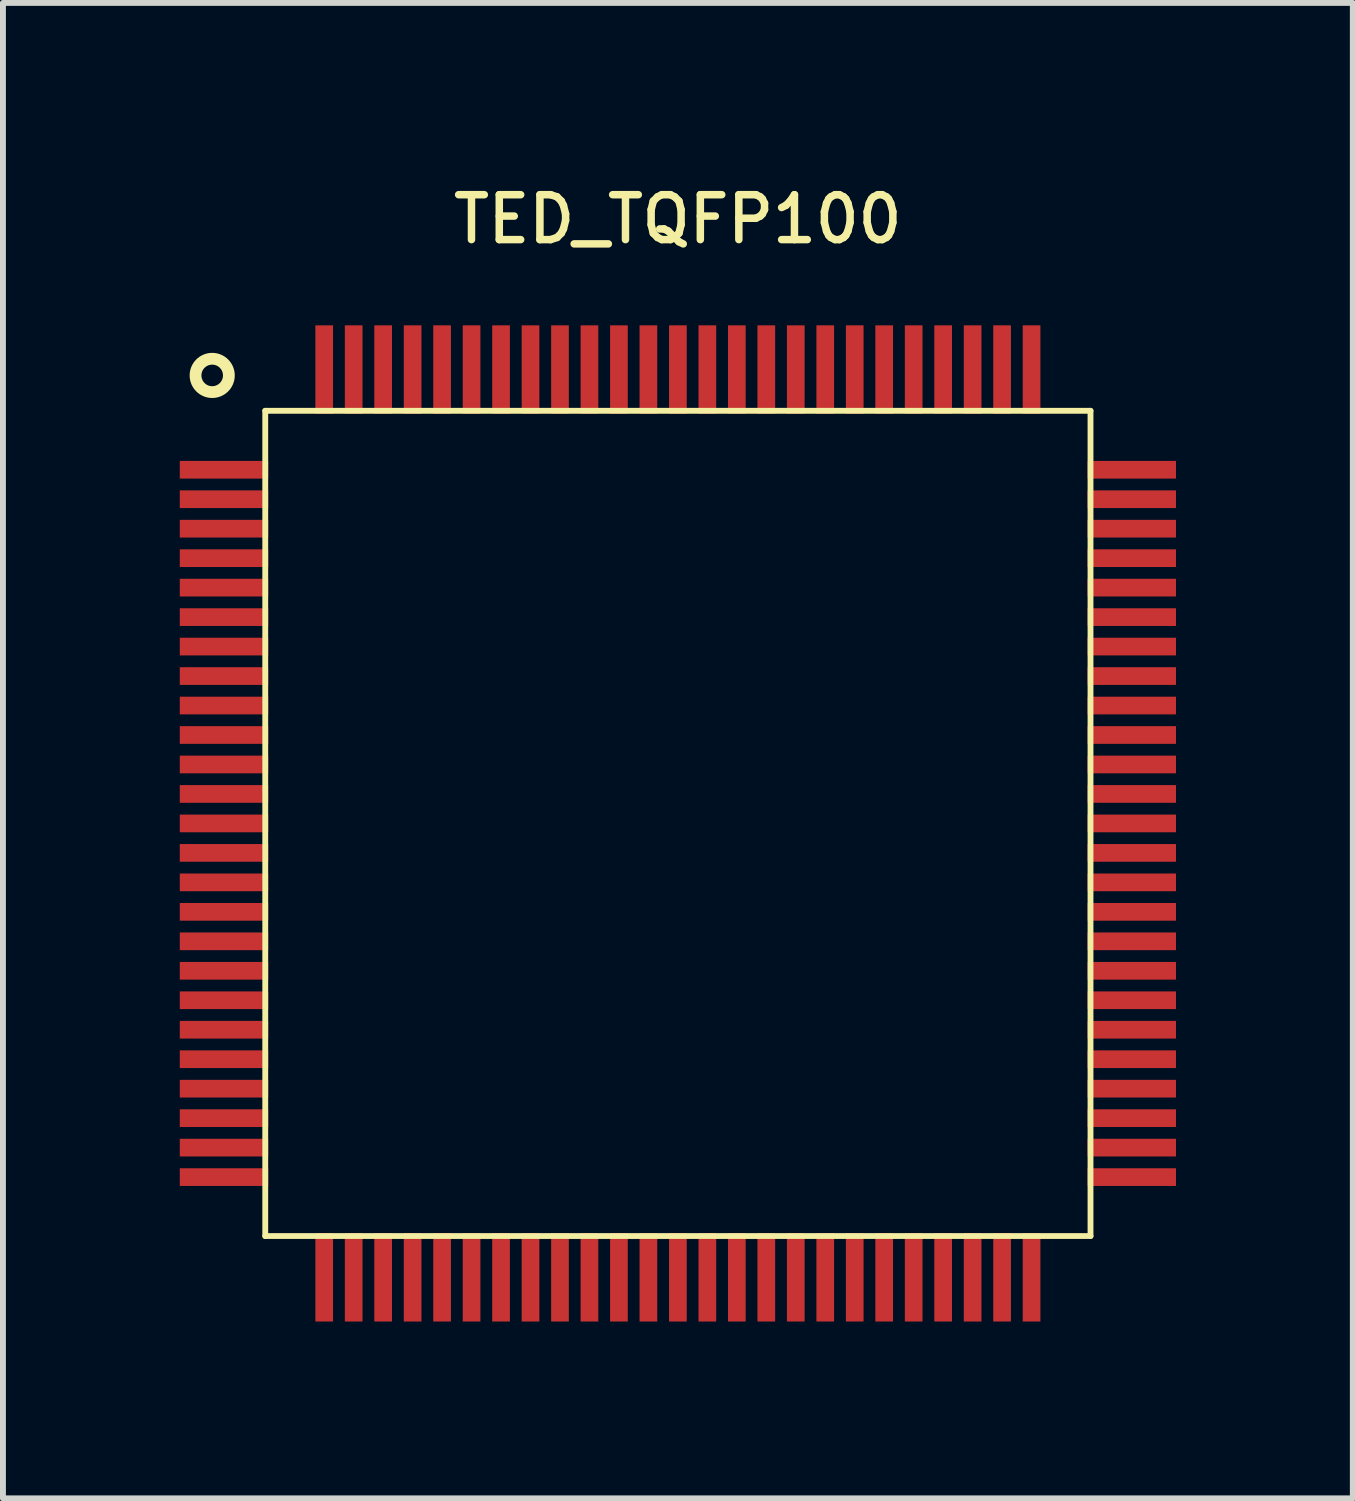
<source format=kicad_pcb>
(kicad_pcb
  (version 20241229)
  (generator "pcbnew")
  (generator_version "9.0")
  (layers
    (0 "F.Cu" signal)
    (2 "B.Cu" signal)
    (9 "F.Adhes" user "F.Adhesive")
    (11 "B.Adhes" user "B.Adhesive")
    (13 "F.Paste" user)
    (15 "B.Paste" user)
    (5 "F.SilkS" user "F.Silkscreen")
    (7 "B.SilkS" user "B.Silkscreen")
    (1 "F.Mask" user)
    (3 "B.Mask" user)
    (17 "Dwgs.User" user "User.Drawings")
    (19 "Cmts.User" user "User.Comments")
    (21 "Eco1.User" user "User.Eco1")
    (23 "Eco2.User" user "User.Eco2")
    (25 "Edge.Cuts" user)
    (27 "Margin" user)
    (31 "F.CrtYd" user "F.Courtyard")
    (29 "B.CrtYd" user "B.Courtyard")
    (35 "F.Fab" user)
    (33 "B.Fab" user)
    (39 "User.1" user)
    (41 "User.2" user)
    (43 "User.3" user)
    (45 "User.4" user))
  (footprint "TED_TQFP100"
    (layer "F.Cu")
    (at 8.45 10.919)
    (property "Reference" "TED_TQFP100" (at 0 -10.25 0) (layer "F.SilkS") (effects (font (size 0.762 0.762) (thickness 0.127))))
    (attr smd)
    (fp_line (start -7 -7) (end 7 -7) (stroke (width 0.099) (type solid)) (layer "F.SilkS"))
    (fp_line (start -7 7) (end -7 -7) (stroke (width 0.099) (type solid)) (layer "F.SilkS"))
    (fp_line (start 7 -7) (end 7 7) (stroke (width 0.099) (type solid)) (layer "F.SilkS"))
    (fp_line (start 7 7) (end -7 7) (stroke (width 0.099) (type solid)) (layer "F.SilkS"))
    (fp_circle (center -7.9 -7.6) (end -7.7 -7.4) (stroke (width 0.2) (type solid)) (fill no) (layer "F.SilkS"))
    (pad "1" smd rect (at -7.7 -6) (size 1.5 0.3) (layers "F.Cu" "F.Mask" "F.Paste"))
    (pad "2" smd rect (at -7.7 -5.5) (size 1.5 0.3) (layers "F.Cu" "F.Mask" "F.Paste"))
    (pad "3" smd rect (at -7.7 -5) (size 1.5 0.3) (layers "F.Cu" "F.Mask" "F.Paste"))
    (pad "4" smd rect (at -7.7 -4.5) (size 1.5 0.3) (layers "F.Cu" "F.Mask" "F.Paste"))
    (pad "5" smd rect (at -7.7 -4) (size 1.5 0.3) (layers "F.Cu" "F.Mask" "F.Paste"))
    (pad "6" smd rect (at -7.7 -3.5) (size 1.5 0.3) (layers "F.Cu" "F.Mask" "F.Paste"))
    (pad "7" smd rect (at -7.7 -3) (size 1.5 0.3) (layers "F.Cu" "F.Mask" "F.Paste"))
    (pad "8" smd rect (at -7.7 -2.5) (size 1.5 0.3) (layers "F.Cu" "F.Mask" "F.Paste"))
    (pad "9" smd rect (at -7.7 -2) (size 1.5 0.3) (layers "F.Cu" "F.Mask" "F.Paste"))
    (pad "10" smd rect (at -7.7 -1.5) (size 1.5 0.3) (layers "F.Cu" "F.Mask" "F.Paste"))
    (pad "11" smd rect (at -7.7 -1) (size 1.5 0.3) (layers "F.Cu" "F.Mask" "F.Paste"))
    (pad "12" smd rect (at -7.7 -0.5) (size 1.5 0.3) (layers "F.Cu" "F.Mask" "F.Paste"))
    (pad "13" smd rect (at -7.7 0) (size 1.5 0.3) (layers "F.Cu" "F.Mask" "F.Paste"))
    (pad "14" smd rect (at -7.7 0.5) (size 1.5 0.3) (layers "F.Cu" "F.Mask" "F.Paste"))
    (pad "15" smd rect (at -7.7 1) (size 1.5 0.3) (layers "F.Cu" "F.Mask" "F.Paste"))
    (pad "16" smd rect (at -7.7 1.5) (size 1.5 0.3) (layers "F.Cu" "F.Mask" "F.Paste"))
    (pad "17" smd rect (at -7.7 2) (size 1.5 0.3) (layers "F.Cu" "F.Mask" "F.Paste"))
    (pad "18" smd rect (at -7.7 2.5) (size 1.5 0.3) (layers "F.Cu" "F.Mask" "F.Paste"))
    (pad "19" smd rect (at -7.7 3) (size 1.5 0.3) (layers "F.Cu" "F.Mask" "F.Paste"))
    (pad "20" smd rect (at -7.7 3.5) (size 1.5 0.3) (layers "F.Cu" "F.Mask" "F.Paste"))
    (pad "21" smd rect (at -7.7 4) (size 1.5 0.3) (layers "F.Cu" "F.Mask" "F.Paste"))
    (pad "22" smd rect (at -7.7 4.5) (size 1.5 0.3) (layers "F.Cu" "F.Mask" "F.Paste"))
    (pad "23" smd rect (at -7.7 5) (size 1.5 0.3) (layers "F.Cu" "F.Mask" "F.Paste"))
    (pad "24" smd rect (at -7.7 5.5) (size 1.5 0.3) (layers "F.Cu" "F.Mask" "F.Paste"))
    (pad "25" smd rect (at -7.7 6) (size 1.5 0.3) (layers "F.Cu" "F.Mask" "F.Paste"))
    (pad "26" smd rect (at -6 7.7) (size 0.3 1.5) (layers "F.Cu" "F.Mask" "F.Paste"))
    (pad "27" smd rect (at -5.5 7.7) (size 0.3 1.5) (layers "F.Cu" "F.Mask" "F.Paste"))
    (pad "28" smd rect (at -5 7.7) (size 0.3 1.5) (layers "F.Cu" "F.Mask" "F.Paste"))
    (pad "29" smd rect (at -4.5 7.7) (size 0.3 1.5) (layers "F.Cu" "F.Mask" "F.Paste"))
    (pad "30" smd rect (at -4 7.7) (size 0.3 1.5) (layers "F.Cu" "F.Mask" "F.Paste"))
    (pad "31" smd rect (at -3.5 7.7) (size 0.3 1.5) (layers "F.Cu" "F.Mask" "F.Paste"))
    (pad "32" smd rect (at -3 7.7) (size 0.3 1.5) (layers "F.Cu" "F.Mask" "F.Paste"))
    (pad "33" smd rect (at -2.5 7.7) (size 0.3 1.5) (layers "F.Cu" "F.Mask" "F.Paste"))
    (pad "34" smd rect (at -2 7.7) (size 0.3 1.5) (layers "F.Cu" "F.Mask" "F.Paste"))
    (pad "35" smd rect (at -1.5 7.7) (size 0.3 1.5) (layers "F.Cu" "F.Mask" "F.Paste"))
    (pad "36" smd rect (at -1 7.7) (size 0.3 1.5) (layers "F.Cu" "F.Mask" "F.Paste"))
    (pad "37" smd rect (at -0.5 7.7) (size 0.3 1.5) (layers "F.Cu" "F.Mask" "F.Paste"))
    (pad "38" smd rect (at 0 7.7) (size 0.3 1.5) (layers "F.Cu" "F.Mask" "F.Paste"))
    (pad "39" smd rect (at 0.5 7.7) (size 0.3 1.5) (layers "F.Cu" "F.Mask" "F.Paste"))
    (pad "40" smd rect (at 1 7.7) (size 0.3 1.5) (layers "F.Cu" "F.Mask" "F.Paste"))
    (pad "41" smd rect (at 1.5 7.7) (size 0.3 1.5) (layers "F.Cu" "F.Mask" "F.Paste"))
    (pad "42" smd rect (at 2 7.7) (size 0.3 1.5) (layers "F.Cu" "F.Mask" "F.Paste"))
    (pad "43" smd rect (at 2.5 7.7) (size 0.3 1.5) (layers "F.Cu" "F.Mask" "F.Paste"))
    (pad "44" smd rect (at 3 7.7) (size 0.3 1.5) (layers "F.Cu" "F.Mask" "F.Paste"))
    (pad "45" smd rect (at 3.5 7.7) (size 0.3 1.5) (layers "F.Cu" "F.Mask" "F.Paste"))
    (pad "46" smd rect (at 4 7.7) (size 0.3 1.5) (layers "F.Cu" "F.Mask" "F.Paste"))
    (pad "47" smd rect (at 4.5 7.7) (size 0.3 1.5) (layers "F.Cu" "F.Mask" "F.Paste"))
    (pad "48" smd rect (at 5 7.7) (size 0.3 1.5) (layers "F.Cu" "F.Mask" "F.Paste"))
    (pad "49" smd rect (at 5.5 7.7) (size 0.3 1.5) (layers "F.Cu" "F.Mask" "F.Paste"))
    (pad "50" smd rect (at 6 7.7) (size 0.3 1.5) (layers "F.Cu" "F.Mask" "F.Paste"))
    (pad "51" smd rect (at 7.7 6) (size 1.5 0.3) (layers "F.Cu" "F.Mask" "F.Paste"))
    (pad "52" smd rect (at 7.7 5.5) (size 1.5 0.3) (layers "F.Cu" "F.Mask" "F.Paste"))
    (pad "53" smd rect (at 7.7 5) (size 1.5 0.3) (layers "F.Cu" "F.Mask" "F.Paste"))
    (pad "54" smd rect (at 7.7 4.5) (size 1.5 0.3) (layers "F.Cu" "F.Mask" "F.Paste"))
    (pad "55" smd rect (at 7.7 4) (size 1.5 0.3) (layers "F.Cu" "F.Mask" "F.Paste"))
    (pad "56" smd rect (at 7.7 3.5) (size 1.5 0.3) (layers "F.Cu" "F.Mask" "F.Paste"))
    (pad "57" smd rect (at 7.7 3) (size 1.5 0.3) (layers "F.Cu" "F.Mask" "F.Paste"))
    (pad "58" smd rect (at 7.7 2.5) (size 1.5 0.3) (layers "F.Cu" "F.Mask" "F.Paste"))
    (pad "59" smd rect (at 7.7 2) (size 1.5 0.3) (layers "F.Cu" "F.Mask" "F.Paste"))
    (pad "60" smd rect (at 7.7 1.5) (size 1.5 0.3) (layers "F.Cu" "F.Mask" "F.Paste"))
    (pad "61" smd rect (at 7.7 1) (size 1.5 0.3) (layers "F.Cu" "F.Mask" "F.Paste"))
    (pad "62" smd rect (at 7.7 0.5) (size 1.5 0.3) (layers "F.Cu" "F.Mask" "F.Paste"))
    (pad "63" smd rect (at 7.7 0) (size 1.5 0.3) (layers "F.Cu" "F.Mask" "F.Paste"))
    (pad "64" smd rect (at 7.7 -0.5) (size 1.5 0.3) (layers "F.Cu" "F.Mask" "F.Paste"))
    (pad "65" smd rect (at 7.7 -1) (size 1.5 0.3) (layers "F.Cu" "F.Mask" "F.Paste"))
    (pad "66" smd rect (at 7.7 -1.5) (size 1.5 0.3) (layers "F.Cu" "F.Mask" "F.Paste"))
    (pad "67" smd rect (at 7.7 -2) (size 1.5 0.3) (layers "F.Cu" "F.Mask" "F.Paste"))
    (pad "68" smd rect (at 7.7 -2.5) (size 1.5 0.3) (layers "F.Cu" "F.Mask" "F.Paste"))
    (pad "69" smd rect (at 7.7 -3) (size 1.5 0.3) (layers "F.Cu" "F.Mask" "F.Paste"))
    (pad "70" smd rect (at 7.7 -3.5) (size 1.5 0.3) (layers "F.Cu" "F.Mask" "F.Paste"))
    (pad "71" smd rect (at 7.7 -4) (size 1.5 0.3) (layers "F.Cu" "F.Mask" "F.Paste"))
    (pad "72" smd rect (at 7.7 -4.5) (size 1.5 0.3) (layers "F.Cu" "F.Mask" "F.Paste"))
    (pad "73" smd rect (at 7.7 -5) (size 1.5 0.3) (layers "F.Cu" "F.Mask" "F.Paste"))
    (pad "74" smd rect (at 7.7 -5.5) (size 1.5 0.3) (layers "F.Cu" "F.Mask" "F.Paste"))
    (pad "75" smd rect (at 7.7 -6) (size 1.5 0.3) (layers "F.Cu" "F.Mask" "F.Paste"))
    (pad "76" smd rect (at 6 -7.7) (size 0.3 1.5) (layers "F.Cu" "F.Mask" "F.Paste"))
    (pad "77" smd rect (at 5.5 -7.7) (size 0.3 1.5) (layers "F.Cu" "F.Mask" "F.Paste"))
    (pad "78" smd rect (at 5 -7.7) (size 0.3 1.5) (layers "F.Cu" "F.Mask" "F.Paste"))
    (pad "79" smd rect (at 4.5 -7.7) (size 0.3 1.5) (layers "F.Cu" "F.Mask" "F.Paste"))
    (pad "80" smd rect (at 4 -7.7) (size 0.3 1.5) (layers "F.Cu" "F.Mask" "F.Paste"))
    (pad "81" smd rect (at 3.5 -7.7) (size 0.3 1.5) (layers "F.Cu" "F.Mask" "F.Paste"))
    (pad "82" smd rect (at 3 -7.7) (size 0.3 1.5) (layers "F.Cu" "F.Mask" "F.Paste"))
    (pad "83" smd rect (at 2.5 -7.7) (size 0.3 1.5) (layers "F.Cu" "F.Mask" "F.Paste"))
    (pad "84" smd rect (at 2 -7.7) (size 0.3 1.5) (layers "F.Cu" "F.Mask" "F.Paste"))
    (pad "85" smd rect (at 1.5 -7.7) (size 0.3 1.5) (layers "F.Cu" "F.Mask" "F.Paste"))
    (pad "86" smd rect (at 1 -7.7) (size 0.3 1.5) (layers "F.Cu" "F.Mask" "F.Paste"))
    (pad "87" smd rect (at 0.5 -7.7) (size 0.3 1.5) (layers "F.Cu" "F.Mask" "F.Paste"))
    (pad "88" smd rect (at 0 -7.7) (size 0.3 1.5) (layers "F.Cu" "F.Mask" "F.Paste"))
    (pad "89" smd rect (at -0.5 -7.7) (size 0.3 1.5) (layers "F.Cu" "F.Mask" "F.Paste"))
    (pad "90" smd rect (at -1 -7.7) (size 0.3 1.5) (layers "F.Cu" "F.Mask" "F.Paste"))
    (pad "91" smd rect (at -1.5 -7.7) (size 0.3 1.5) (layers "F.Cu" "F.Mask" "F.Paste"))
    (pad "92" smd rect (at -2 -7.7) (size 0.3 1.5) (layers "F.Cu" "F.Mask" "F.Paste"))
    (pad "93" smd rect (at -2.5 -7.7) (size 0.3 1.5) (layers "F.Cu" "F.Mask" "F.Paste"))
    (pad "94" smd rect (at -3 -7.7) (size 0.3 1.5) (layers "F.Cu" "F.Mask" "F.Paste"))
    (pad "95" smd rect (at -3.5 -7.7) (size 0.3 1.5) (layers "F.Cu" "F.Mask" "F.Paste"))
    (pad "96" smd rect (at -4 -7.7) (size 0.3 1.5) (layers "F.Cu" "F.Mask" "F.Paste"))
    (pad "97" smd rect (at -4.5 -7.7) (size 0.3 1.5) (layers "F.Cu" "F.Mask" "F.Paste"))
    (pad "98" smd rect (at -5 -7.7) (size 0.3 1.5) (layers "F.Cu" "F.Mask" "F.Paste"))
    (pad "99" smd rect (at -5.5 -7.7) (size 0.3 1.5) (layers "F.Cu" "F.Mask" "F.Paste"))
    (pad "100" smd rect (at -6 -7.7) (size 0.3 1.5) (layers "F.Cu" "F.Mask" "F.Paste")))
  (gr_rect
    (start -3 -3)
    (end 19.9 22.369)
    (stroke (width 0.1) (type default))
    (fill no)
    (layer "Edge.Cuts")))
</source>
